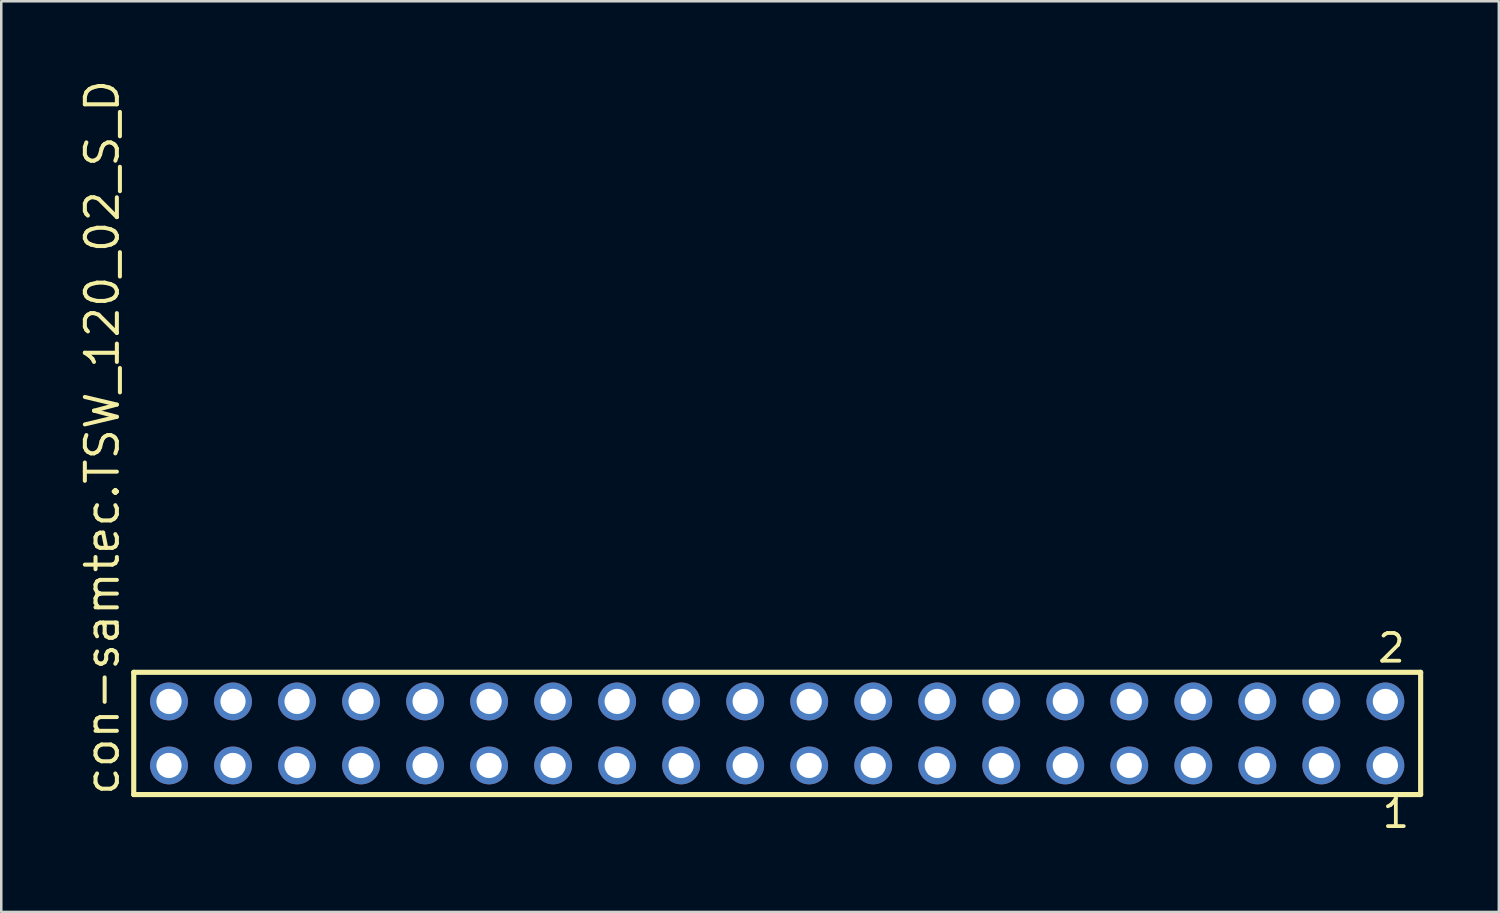
<source format=kicad_pcb>
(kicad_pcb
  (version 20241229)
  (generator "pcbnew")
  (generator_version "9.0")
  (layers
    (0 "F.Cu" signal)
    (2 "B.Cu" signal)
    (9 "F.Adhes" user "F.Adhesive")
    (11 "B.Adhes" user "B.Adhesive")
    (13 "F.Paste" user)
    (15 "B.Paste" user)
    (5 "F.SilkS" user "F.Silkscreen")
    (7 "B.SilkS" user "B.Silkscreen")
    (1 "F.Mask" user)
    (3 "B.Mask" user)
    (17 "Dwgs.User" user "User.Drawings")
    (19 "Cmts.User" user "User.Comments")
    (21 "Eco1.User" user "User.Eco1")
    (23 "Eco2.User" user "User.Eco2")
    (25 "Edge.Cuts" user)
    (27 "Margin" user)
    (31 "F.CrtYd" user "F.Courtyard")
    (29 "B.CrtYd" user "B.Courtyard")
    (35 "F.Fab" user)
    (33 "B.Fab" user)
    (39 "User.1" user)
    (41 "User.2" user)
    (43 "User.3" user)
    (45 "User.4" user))
  (footprint "con-samtec.TSW_120_02_S_D"
    (layer "F.Cu")
    (at 27.785 26.049)
    (property "Reference" "con-samtec.TSW_120_02_S_D" (at -26.035 2.54 90) (layer "F.SilkS") (effects (font (size 1.27 1.27) (thickness 0.16)) (justify left bottom)))
    (attr through_hole)
    (fp_line (start -25.529 -2.425) (end 25.529 -2.425) (stroke (width 0.203) (type default)) (layer "F.SilkS"))
    (fp_line (start -25.529 2.425) (end -25.529 -2.425) (stroke (width 0.203) (type default)) (layer "F.SilkS"))
    (fp_line (start 25.529 -2.425) (end 25.529 2.425) (stroke (width 0.203) (type default)) (layer "F.SilkS"))
    (fp_line (start 25.529 2.425) (end -25.529 2.425) (stroke (width 0.203) (type default)) (layer "F.SilkS"))
    (fp_rect (start -24.48 -0.92) (end -23.78 -1.62) (stroke (width 0.05) (type default)) (fill no) (layer "F.Fab"))
    (fp_rect (start -24.48 1.62) (end -23.78 0.92) (stroke (width 0.05) (type default)) (fill no) (layer "F.Fab"))
    (fp_rect (start -21.94 -0.92) (end -21.24 -1.62) (stroke (width 0.05) (type default)) (fill no) (layer "F.Fab"))
    (fp_rect (start -21.94 1.62) (end -21.24 0.92) (stroke (width 0.05) (type default)) (fill no) (layer "F.Fab"))
    (fp_rect (start -19.4 -0.92) (end -18.7 -1.62) (stroke (width 0.05) (type default)) (fill no) (layer "F.Fab"))
    (fp_rect (start -19.4 1.62) (end -18.7 0.92) (stroke (width 0.05) (type default)) (fill no) (layer "F.Fab"))
    (fp_rect (start -16.86 -0.92) (end -16.16 -1.62) (stroke (width 0.05) (type default)) (fill no) (layer "F.Fab"))
    (fp_rect (start -16.86 1.62) (end -16.16 0.92) (stroke (width 0.05) (type default)) (fill no) (layer "F.Fab"))
    (fp_rect (start -14.32 -0.92) (end -13.62 -1.62) (stroke (width 0.05) (type default)) (fill no) (layer "F.Fab"))
    (fp_rect (start -14.32 1.62) (end -13.62 0.92) (stroke (width 0.05) (type default)) (fill no) (layer "F.Fab"))
    (fp_rect (start -11.78 -0.92) (end -11.08 -1.62) (stroke (width 0.05) (type default)) (fill no) (layer "F.Fab"))
    (fp_rect (start -11.78 1.62) (end -11.08 0.92) (stroke (width 0.05) (type default)) (fill no) (layer "F.Fab"))
    (fp_rect (start -9.24 -0.92) (end -8.54 -1.62) (stroke (width 0.05) (type default)) (fill no) (layer "F.Fab"))
    (fp_rect (start -9.24 1.62) (end -8.54 0.92) (stroke (width 0.05) (type default)) (fill no) (layer "F.Fab"))
    (fp_rect (start -6.7 -0.92) (end -6 -1.62) (stroke (width 0.05) (type default)) (fill no) (layer "F.Fab"))
    (fp_rect (start -6.7 1.62) (end -6 0.92) (stroke (width 0.05) (type default)) (fill no) (layer "F.Fab"))
    (fp_rect (start -4.16 -0.92) (end -3.46 -1.62) (stroke (width 0.05) (type default)) (fill no) (layer "F.Fab"))
    (fp_rect (start -4.16 1.62) (end -3.46 0.92) (stroke (width 0.05) (type default)) (fill no) (layer "F.Fab"))
    (fp_rect (start -1.62 -0.92) (end -0.92 -1.62) (stroke (width 0.05) (type default)) (fill no) (layer "F.Fab"))
    (fp_rect (start -1.62 1.62) (end -0.92 0.92) (stroke (width 0.05) (type default)) (fill no) (layer "F.Fab"))
    (fp_rect (start 0.92 -0.92) (end 1.62 -1.62) (stroke (width 0.05) (type default)) (fill no) (layer "F.Fab"))
    (fp_rect (start 0.92 1.62) (end 1.62 0.92) (stroke (width 0.05) (type default)) (fill no) (layer "F.Fab"))
    (fp_rect (start 3.46 -0.92) (end 4.16 -1.62) (stroke (width 0.05) (type default)) (fill no) (layer "F.Fab"))
    (fp_rect (start 3.46 1.62) (end 4.16 0.92) (stroke (width 0.05) (type default)) (fill no) (layer "F.Fab"))
    (fp_rect (start 6 -0.92) (end 6.7 -1.62) (stroke (width 0.05) (type default)) (fill no) (layer "F.Fab"))
    (fp_rect (start 6 1.62) (end 6.7 0.92) (stroke (width 0.05) (type default)) (fill no) (layer "F.Fab"))
    (fp_rect (start 8.54 -0.92) (end 9.24 -1.62) (stroke (width 0.05) (type default)) (fill no) (layer "F.Fab"))
    (fp_rect (start 8.54 1.62) (end 9.24 0.92) (stroke (width 0.05) (type default)) (fill no) (layer "F.Fab"))
    (fp_rect (start 11.08 -0.92) (end 11.78 -1.62) (stroke (width 0.05) (type default)) (fill no) (layer "F.Fab"))
    (fp_rect (start 11.08 1.62) (end 11.78 0.92) (stroke (width 0.05) (type default)) (fill no) (layer "F.Fab"))
    (fp_rect (start 13.62 -0.92) (end 14.32 -1.62) (stroke (width 0.05) (type default)) (fill no) (layer "F.Fab"))
    (fp_rect (start 13.62 1.62) (end 14.32 0.92) (stroke (width 0.05) (type default)) (fill no) (layer "F.Fab"))
    (fp_rect (start 16.16 -0.92) (end 16.86 -1.62) (stroke (width 0.05) (type default)) (fill no) (layer "F.Fab"))
    (fp_rect (start 16.16 1.62) (end 16.86 0.92) (stroke (width 0.05) (type default)) (fill no) (layer "F.Fab"))
    (fp_rect (start 18.7 -0.92) (end 19.4 -1.62) (stroke (width 0.05) (type default)) (fill no) (layer "F.Fab"))
    (fp_rect (start 18.7 1.62) (end 19.4 0.92) (stroke (width 0.05) (type default)) (fill no) (layer "F.Fab"))
    (fp_rect (start 21.24 -0.92) (end 21.94 -1.62) (stroke (width 0.05) (type default)) (fill no) (layer "F.Fab"))
    (fp_rect (start 21.24 1.62) (end 21.94 0.92) (stroke (width 0.05) (type default)) (fill no) (layer "F.Fab"))
    (fp_rect (start 23.78 -0.92) (end 24.48 -1.62) (stroke (width 0.05) (type default)) (fill no) (layer "F.Fab"))
    (fp_rect (start 23.78 1.62) (end 24.48 0.92) (stroke (width 0.05) (type default)) (fill no) (layer "F.Fab"))
    (fp_text user "2" (at 23.747 -2.744 0) (layer "F.SilkS") (effects (font (size 1.1 1.1) (thickness 0.15)) (justify left bottom)))
    (fp_text user "1" (at 23.922 3.818 0) (layer "F.SilkS") (effects (font (size 1.1 1.1) (thickness 0.15)) (justify left bottom)))
    (pad "1" thru_hole circle (at 24.13 1.27 180) (size 1.5 1.5) (drill 1) (layers "*.Cu" "*.Mask"))
    (pad "2" thru_hole circle (at 24.13 -1.27 180) (size 1.5 1.5) (drill 1) (layers "*.Cu" "*.Mask"))
    (pad "3" thru_hole circle (at 21.59 1.27 180) (size 1.5 1.5) (drill 1) (layers "*.Cu" "*.Mask"))
    (pad "4" thru_hole circle (at 21.59 -1.27 180) (size 1.5 1.5) (drill 1) (layers "*.Cu" "*.Mask"))
    (pad "5" thru_hole circle (at 19.05 1.27 180) (size 1.5 1.5) (drill 1) (layers "*.Cu" "*.Mask"))
    (pad "6" thru_hole circle (at 19.05 -1.27 180) (size 1.5 1.5) (drill 1) (layers "*.Cu" "*.Mask"))
    (pad "7" thru_hole circle (at 16.51 1.27 180) (size 1.5 1.5) (drill 1) (layers "*.Cu" "*.Mask"))
    (pad "8" thru_hole circle (at 16.51 -1.27 180) (size 1.5 1.5) (drill 1) (layers "*.Cu" "*.Mask"))
    (pad "9" thru_hole circle (at 13.97 1.27 180) (size 1.5 1.5) (drill 1) (layers "*.Cu" "*.Mask"))
    (pad "10" thru_hole circle (at 13.97 -1.27 180) (size 1.5 1.5) (drill 1) (layers "*.Cu" "*.Mask"))
    (pad "11" thru_hole circle (at 11.43 1.27 180) (size 1.5 1.5) (drill 1) (layers "*.Cu" "*.Mask"))
    (pad "12" thru_hole circle (at 11.43 -1.27 180) (size 1.5 1.5) (drill 1) (layers "*.Cu" "*.Mask"))
    (pad "13" thru_hole circle (at 8.89 1.27 180) (size 1.5 1.5) (drill 1) (layers "*.Cu" "*.Mask"))
    (pad "14" thru_hole circle (at 8.89 -1.27 180) (size 1.5 1.5) (drill 1) (layers "*.Cu" "*.Mask"))
    (pad "15" thru_hole circle (at 6.35 1.27 180) (size 1.5 1.5) (drill 1) (layers "*.Cu" "*.Mask"))
    (pad "16" thru_hole circle (at 6.35 -1.27 180) (size 1.5 1.5) (drill 1) (layers "*.Cu" "*.Mask"))
    (pad "17" thru_hole circle (at 3.81 1.27 180) (size 1.5 1.5) (drill 1) (layers "*.Cu" "*.Mask"))
    (pad "18" thru_hole circle (at 3.81 -1.27 180) (size 1.5 1.5) (drill 1) (layers "*.Cu" "*.Mask"))
    (pad "19" thru_hole circle (at 1.27 1.27 180) (size 1.5 1.5) (drill 1) (layers "*.Cu" "*.Mask"))
    (pad "20" thru_hole circle (at 1.27 -1.27 180) (size 1.5 1.5) (drill 1) (layers "*.Cu" "*.Mask"))
    (pad "21" thru_hole circle (at -1.27 1.27 180) (size 1.5 1.5) (drill 1) (layers "*.Cu" "*.Mask"))
    (pad "22" thru_hole circle (at -1.27 -1.27 180) (size 1.5 1.5) (drill 1) (layers "*.Cu" "*.Mask"))
    (pad "23" thru_hole circle (at -3.81 1.27 180) (size 1.5 1.5) (drill 1) (layers "*.Cu" "*.Mask"))
    (pad "24" thru_hole circle (at -3.81 -1.27 180) (size 1.5 1.5) (drill 1) (layers "*.Cu" "*.Mask"))
    (pad "25" thru_hole circle (at -6.35 1.27 180) (size 1.5 1.5) (drill 1) (layers "*.Cu" "*.Mask"))
    (pad "26" thru_hole circle (at -6.35 -1.27 180) (size 1.5 1.5) (drill 1) (layers "*.Cu" "*.Mask"))
    (pad "27" thru_hole circle (at -8.89 1.27 180) (size 1.5 1.5) (drill 1) (layers "*.Cu" "*.Mask"))
    (pad "28" thru_hole circle (at -8.89 -1.27 180) (size 1.5 1.5) (drill 1) (layers "*.Cu" "*.Mask"))
    (pad "29" thru_hole circle (at -11.43 1.27 180) (size 1.5 1.5) (drill 1) (layers "*.Cu" "*.Mask"))
    (pad "30" thru_hole circle (at -11.43 -1.27 180) (size 1.5 1.5) (drill 1) (layers "*.Cu" "*.Mask"))
    (pad "31" thru_hole circle (at -13.97 1.27 180) (size 1.5 1.5) (drill 1) (layers "*.Cu" "*.Mask"))
    (pad "32" thru_hole circle (at -13.97 -1.27 180) (size 1.5 1.5) (drill 1) (layers "*.Cu" "*.Mask"))
    (pad "33" thru_hole circle (at -16.51 1.27 180) (size 1.5 1.5) (drill 1) (layers "*.Cu" "*.Mask"))
    (pad "34" thru_hole circle (at -16.51 -1.27 180) (size 1.5 1.5) (drill 1) (layers "*.Cu" "*.Mask"))
    (pad "35" thru_hole circle (at -19.05 1.27 180) (size 1.5 1.5) (drill 1) (layers "*.Cu" "*.Mask"))
    (pad "36" thru_hole circle (at -19.05 -1.27 180) (size 1.5 1.5) (drill 1) (layers "*.Cu" "*.Mask"))
    (pad "37" thru_hole circle (at -21.59 1.27 180) (size 1.5 1.5) (drill 1) (layers "*.Cu" "*.Mask"))
    (pad "38" thru_hole circle (at -21.59 -1.27 180) (size 1.5 1.5) (drill 1) (layers "*.Cu" "*.Mask"))
    (pad "39" thru_hole circle (at -24.13 1.27 180) (size 1.5 1.5) (drill 1) (layers "*.Cu" "*.Mask"))
    (pad "40" thru_hole circle (at -24.13 -1.27 180) (size 1.5 1.5) (drill 1) (layers "*.Cu" "*.Mask")))
  (gr_rect
    (start -3 -3)
    (end 56.416 33.131)
    (stroke (width 0.1) (type default))
    (fill no)
    (layer "Edge.Cuts")))
</source>
